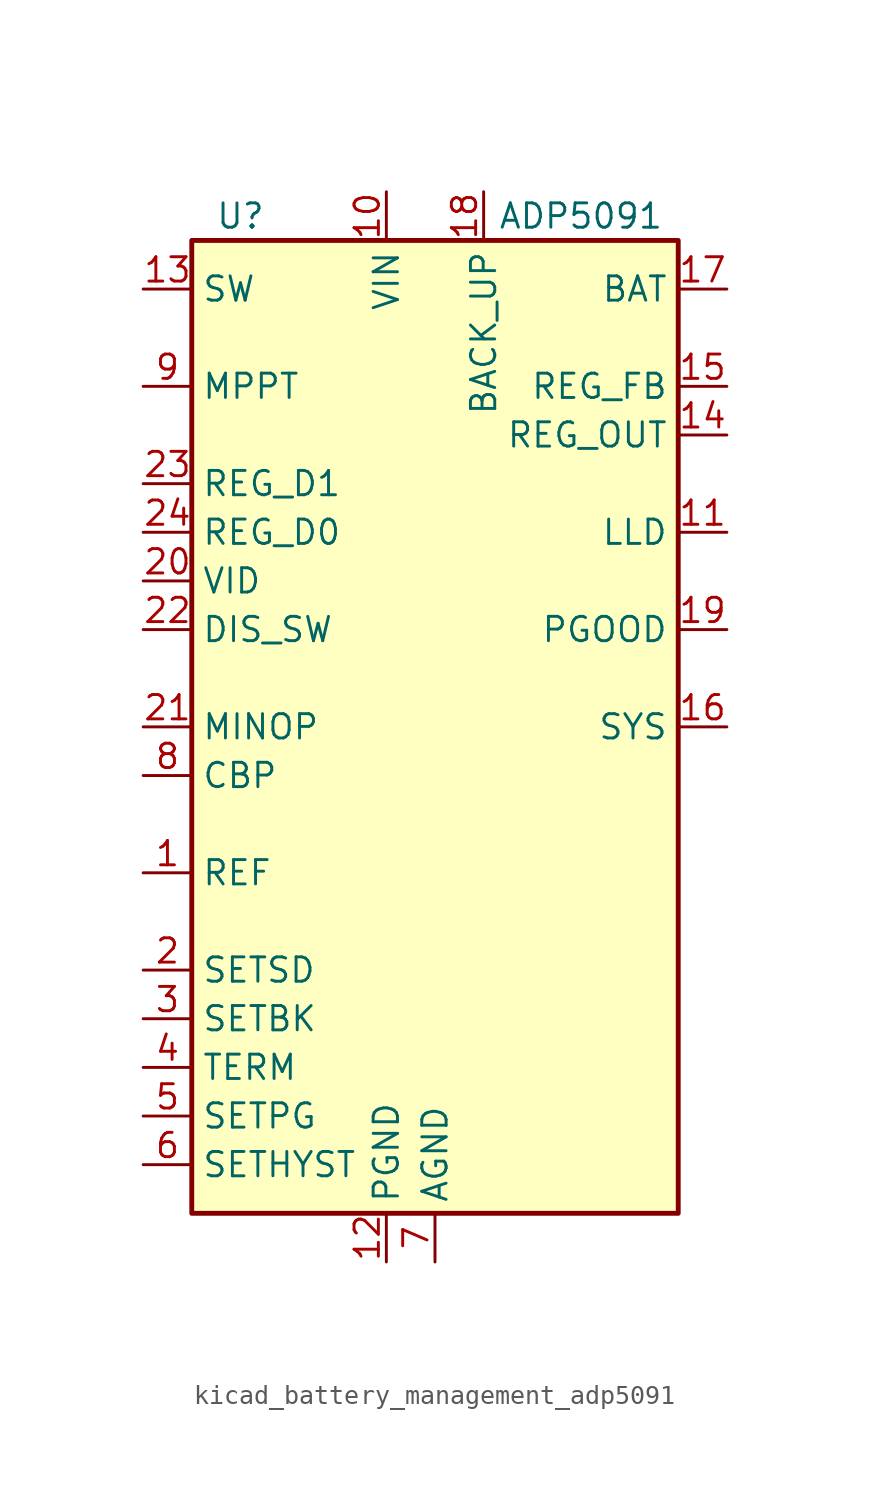
<source format=kicad_sym>
(kicad_symbol_lib
  (version 20220914)
  (generator kicad_symbol_editor)
  (symbol "kicad_battery_management_adp5091"
    (property "Reference" "U"
      (at -10.16 26.67 0)
      (effects (font (size 1.27 1.27))))
    (property "Value" "ADP5091"
      (at 7.62 26.67 0)
      (effects (font (size 1.27 1.27))))
    (symbol "kicad_battery_management_adp5091_0_1"
      (rectangle (start 12.7 25.4) (end -12.7 -25.4) (stroke (width 0.254) (type default)) (fill (type background))))
    (symbol "kicad_battery_management_adp5091_1_1"
      (pin passive line (at -15.24 -7.62 0) (length 2.54) (name "REF" (effects (font (size 1.27 1.27)))) (number "1" (effects (font (size 1.27 1.27)))))
      (pin power_in line (at -2.54 27.94 270) (length 2.54) (name "VIN" (effects (font (size 1.27 1.27)))) (number "10" (effects (font (size 1.27 1.27)))))
      (pin output line (at 15.24 10.16 180) (length 2.54) (name "LLD" (effects (font (size 1.27 1.27)))) (number "11" (effects (font (size 1.27 1.27)))))
      (pin power_in line (at -2.54 -27.94 90) (length 2.54) (name "PGND" (effects (font (size 1.27 1.27)))) (number "12" (effects (font (size 1.27 1.27)))))
      (pin power_in line (at -15.24 22.86 0) (length 2.54) (name "SW" (effects (font (size 1.27 1.27)))) (number "13" (effects (font (size 1.27 1.27)))))
      (pin power_out line (at 15.24 15.24 180) (length 2.54) (name "REG_OUT" (effects (font (size 1.27 1.27)))) (number "14" (effects (font (size 1.27 1.27)))))
      (pin power_out line (at 15.24 17.78 180) (length 2.54) (name "REG_FB" (effects (font (size 1.27 1.27)))) (number "15" (effects (font (size 1.27 1.27)))))
      (pin power_out line (at 15.24 0 180) (length 2.54) (name "SYS" (effects (font (size 1.27 1.27)))) (number "16" (effects (font (size 1.27 1.27)))))
      (pin power_out line (at 15.24 22.86 180) (length 2.54) (name "BAT" (effects (font (size 1.27 1.27)))) (number "17" (effects (font (size 1.27 1.27)))))
      (pin power_in line (at 2.54 27.94 270) (length 2.54) (name "BACK_UP" (effects (font (size 1.27 1.27)))) (number "18" (effects (font (size 1.27 1.27)))))
      (pin output line (at 15.24 5.08 180) (length 2.54) (name "PGOOD" (effects (font (size 1.27 1.27)))) (number "19" (effects (font (size 1.27 1.27)))))
      (pin passive line (at -15.24 -12.7 0) (length 2.54) (name "SETSD" (effects (font (size 1.27 1.27)))) (number "2" (effects (font (size 1.27 1.27)))))
      (pin input line (at -15.24 7.62 0) (length 2.54) (name "VID" (effects (font (size 1.27 1.27)))) (number "20" (effects (font (size 1.27 1.27)))))
      (pin passive line (at -15.24 0 0) (length 2.54) (name "MINOP" (effects (font (size 1.27 1.27)))) (number "21" (effects (font (size 1.27 1.27)))))
      (pin input line (at -15.24 5.08 0) (length 2.54) (name "DIS_SW" (effects (font (size 1.27 1.27)))) (number "22" (effects (font (size 1.27 1.27)))))
      (pin input line (at -15.24 12.7 0) (length 2.54) (name "REG_D1" (effects (font (size 1.27 1.27)))) (number "23" (effects (font (size 1.27 1.27)))))
      (pin input line (at -15.24 10.16 0) (length 2.54) (name "REG_D0" (effects (font (size 1.27 1.27)))) (number "24" (effects (font (size 1.27 1.27)))))
      (pin passive line (at 0 -27.94 90) (length 2.54) hide (name "AGND" (effects (font (size 1.27 1.27)))) (number "25" (effects (font (size 1.27 1.27)))))
      (pin passive line (at -15.24 -15.24 0) (length 2.54) (name "SETBK" (effects (font (size 1.27 1.27)))) (number "3" (effects (font (size 1.27 1.27)))))
      (pin passive line (at -15.24 -17.78 0) (length 2.54) (name "TERM" (effects (font (size 1.27 1.27)))) (number "4" (effects (font (size 1.27 1.27)))))
      (pin passive line (at -15.24 -20.32 0) (length 2.54) (name "SETPG" (effects (font (size 1.27 1.27)))) (number "5" (effects (font (size 1.27 1.27)))))
      (pin passive line (at -15.24 -22.86 0) (length 2.54) (name "SETHYST" (effects (font (size 1.27 1.27)))) (number "6" (effects (font (size 1.27 1.27)))))
      (pin power_in line (at 0 -27.94 90) (length 2.54) (name "AGND" (effects (font (size 1.27 1.27)))) (number "7" (effects (font (size 1.27 1.27)))))
      (pin passive line (at -15.24 -2.54 0) (length 2.54) (name "CBP" (effects (font (size 1.27 1.27)))) (number "8" (effects (font (size 1.27 1.27)))))
      (pin input line (at -15.24 17.78 0) (length 2.54) (name "MPPT" (effects (font (size 1.27 1.27)))) (number "9" (effects (font (size 1.27 1.27))))))))
</source>
